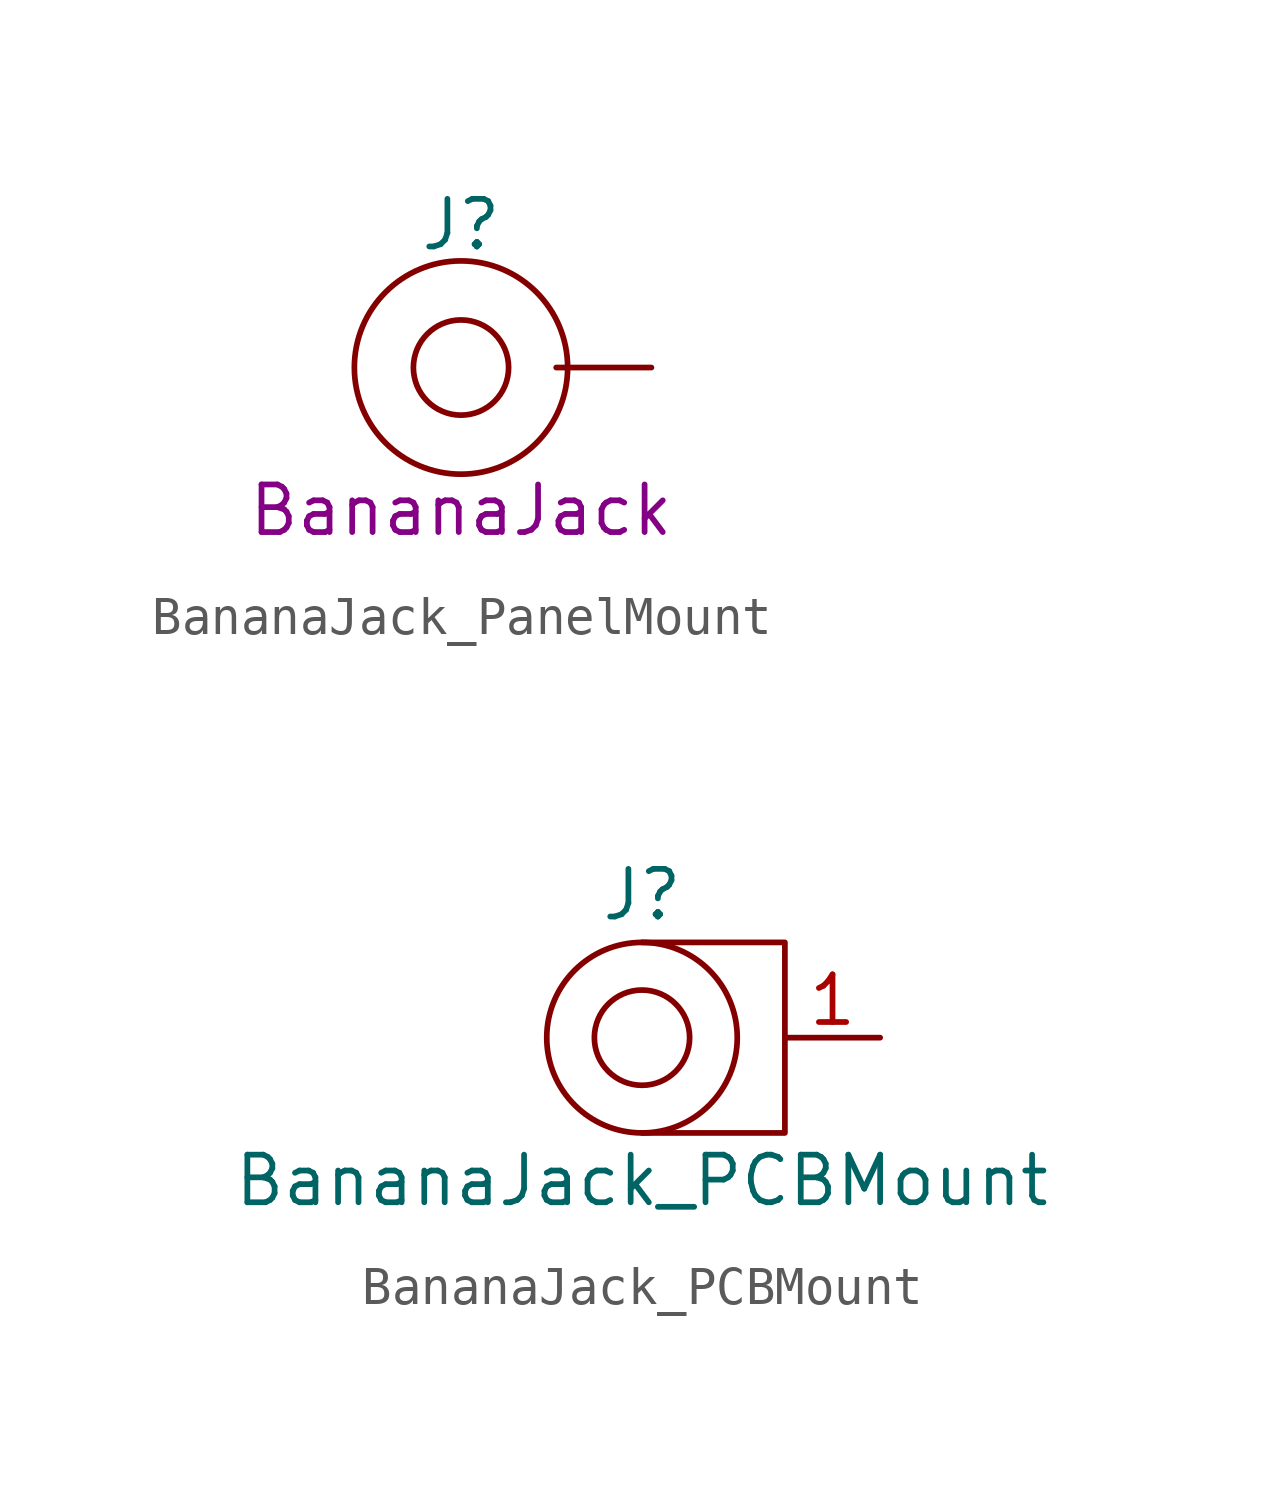
<source format=kicad_sym>
(kicad_symbol_lib
  (version 20211014)
  (generator kicad_symbol_editor)
  (symbol "BananaJack_PanelMount"
    (pin_numbers hide)
    (pin_names
      (offset 1.016))
    (property "Reference" "J"
      (at 0 3.81 0)
      (effects (font (size 1.27 1.27))))
    (property "Note" "BananaJack"
      (at 0 -3.81 0)
      (effects (font (size 1.27 1.27))))
    (symbol "BananaJack_PanelMount_0_1"
      (circle (center 0 0) (radius 1.27) (stroke (width 0) (type default) (color 0 0 0 0)) (fill (type none)))
      (circle (center 0 0) (radius 2.845) (stroke (width 0) (type default) (color 0 0 0 0)) (fill (type none))))
    (symbol "BananaJack_PanelMount_1_1"
      (pin bidirectional line (at 5.08 0 180) (length 2.54) (name "~" (effects (font (size 1.27 1.27)))) (number "1" (effects (font (size 1.27 1.27)))))))
  (symbol "BananaJack_PCBMount"
    (pin_names
      (offset 1.016))
    (property "Reference" "J"
      (at 0 3.81 0)
      (effects (font (size 1.27 1.27))))
    (property "Value" "BananaJack_PCBMount"
      (at 0 -3.81 0)
      (effects (font (size 1.27 1.27))))
    (symbol "BananaJack_PCBMount_0_1"
      (polyline (pts (xy 0 2.54) (xy 3.81 2.54) (xy 3.81 -2.54) (xy 0 -2.54)) (stroke (width 0) (type default) (color 0 0 0 0)) (fill (type none)))
      (circle (center 0 0) (radius 1.27) (stroke (width 0) (type default) (color 0 0 0 0)) (fill (type none)))
      (circle (center 0 0) (radius 2.54) (stroke (width 0) (type default) (color 0 0 0 0)) (fill (type none))))
    (symbol "BananaJack_PCBMount_1_1"
      (pin bidirectional line (at 6.35 0 180) (length 2.54) (name "~" (effects (font (size 1.27 1.27)))) (number "1" (effects (font (size 1.27 1.27))))))))
</source>
